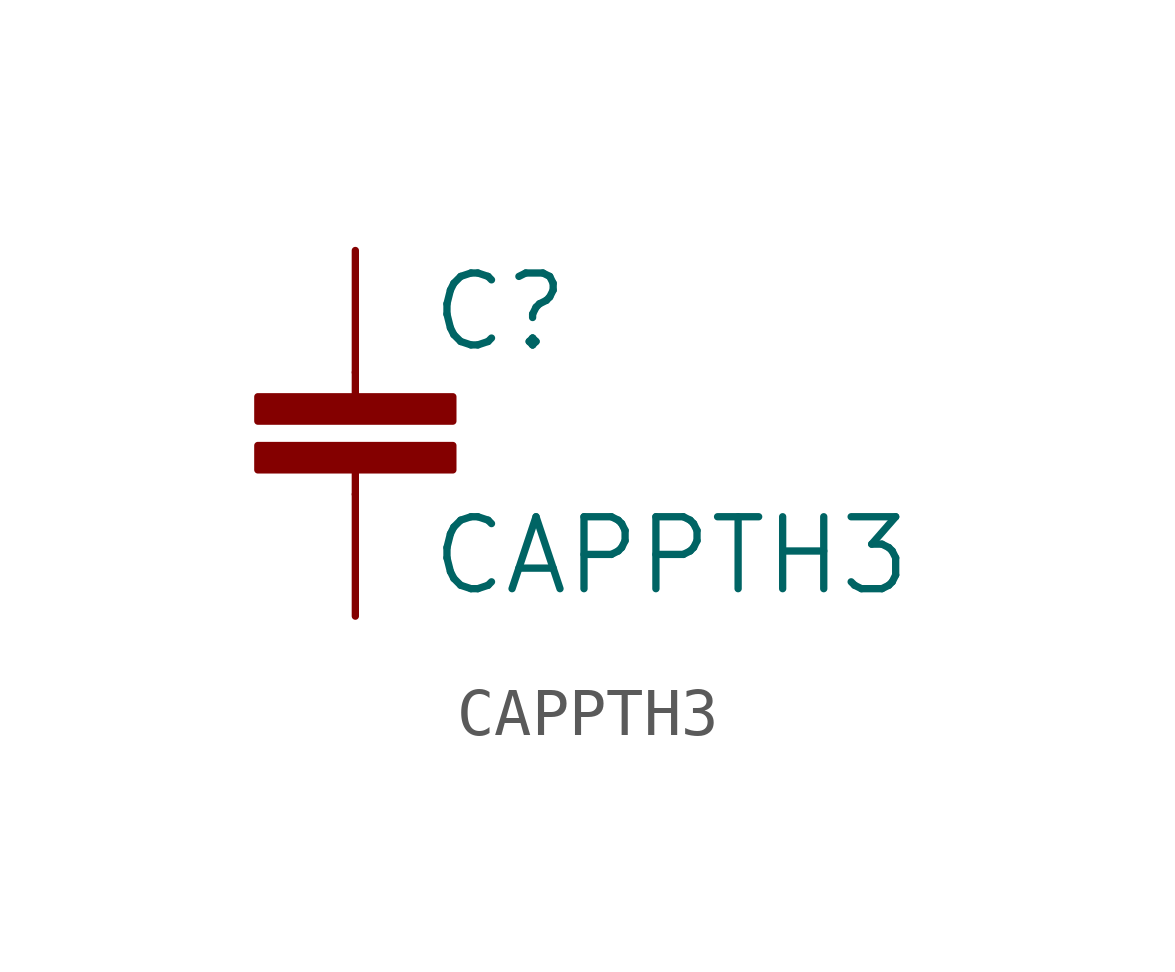
<source format=kicad_sym>
(kicad_symbol_lib
  (version 20211014)
  (generator kicad_symbol_editor)
  (symbol "CAPPTH3"
    (pin_names
      (offset 1.016))
    (property "Reference" "C"
      (at 1.524 2.921 0)
      (effects (font (size 1.499 1.499)) (justify left bottom)))
    (property "Value" "CAPPTH3"
      (at 1.524 -2.159 0)
      (effects (font (size 1.499 1.499)) (justify left bottom)))
    (property "ki_locked" ""
      (at 0 0 0)
      (effects (font (size 1.27 1.27))))
    (symbol "CAPPTH3_1_0"
      (rectangle (start -2.032 0.508) (end 2.032 1.016) (stroke (width 0) (type default) (color 0 0 0 0)) (fill (type outline)))
      (rectangle (start -2.032 1.524) (end 2.032 2.032) (stroke (width 0) (type default) (color 0 0 0 0)) (fill (type outline)))
      (polyline (pts (xy 0 0) (xy 0 0.508)) (stroke (width 0) (type default) (color 0 0 0 0)) (fill (type none)))
      (polyline (pts (xy 0 2.54) (xy 0 2.032)) (stroke (width 0) (type default) (color 0 0 0 0)) (fill (type none)))
      (pin passive line (at 0 5.08 270) (length 2.54) (name "1" (effects (font (size 0 0)))) (number "1" (effects (font (size 0 0)))))
      (pin passive line (at 0 -2.54 90) (length 2.54) (name "2" (effects (font (size 0 0)))) (number "2" (effects (font (size 0 0))))))))
</source>
